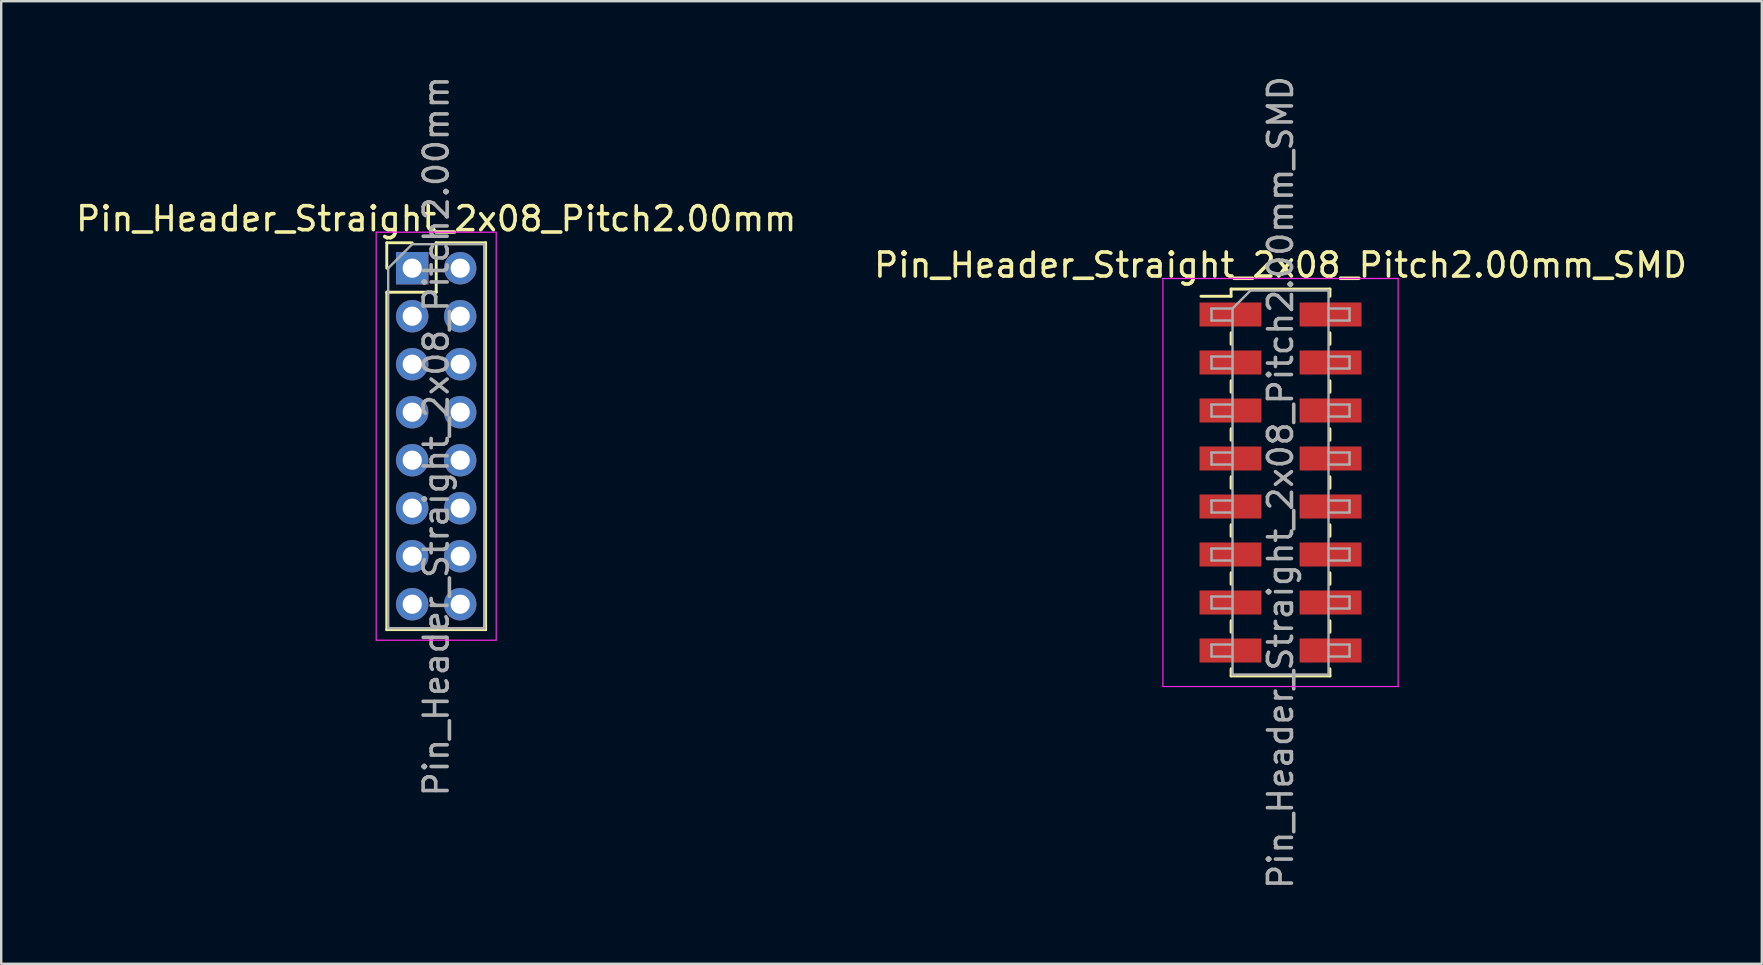
<source format=kicad_pcb>
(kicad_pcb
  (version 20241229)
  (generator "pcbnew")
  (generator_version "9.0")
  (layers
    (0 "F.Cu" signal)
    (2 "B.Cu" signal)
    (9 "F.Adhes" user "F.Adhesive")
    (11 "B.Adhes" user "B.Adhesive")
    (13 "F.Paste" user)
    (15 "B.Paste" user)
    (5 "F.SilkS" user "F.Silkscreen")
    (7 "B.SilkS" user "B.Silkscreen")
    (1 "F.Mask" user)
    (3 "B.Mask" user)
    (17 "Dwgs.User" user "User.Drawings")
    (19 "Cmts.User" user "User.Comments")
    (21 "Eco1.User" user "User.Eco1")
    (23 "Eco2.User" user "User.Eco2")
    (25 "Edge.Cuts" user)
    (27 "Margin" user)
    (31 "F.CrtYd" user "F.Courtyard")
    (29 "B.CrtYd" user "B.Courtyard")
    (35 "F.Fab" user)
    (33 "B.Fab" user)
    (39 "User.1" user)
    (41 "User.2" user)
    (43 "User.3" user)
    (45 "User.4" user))
  (footprint "Pin_Header_Straight_2x08_Pitch2.00mm_SMD"
    (layer "F.Cu")
    (at 50.304 17.054)
    (property "Reference" "Pin_Header_Straight_2x08_Pitch2.00mm_SMD" (at 0 -9.06 0) (layer "F.SilkS") (effects (font (size 1 1) (thickness 0.15))))
    (attr smd)
    (fp_line (start -3.315 -7.76) (end -2.06 -7.76) (stroke (width 0.12) (type solid)) (layer "F.SilkS"))
    (fp_line (start -2.06 -8.06) (end -2.06 -7.76) (stroke (width 0.12) (type solid)) (layer "F.SilkS"))
    (fp_line (start -2.06 -8.06) (end 2.06 -8.06) (stroke (width 0.12) (type solid)) (layer "F.SilkS"))
    (fp_line (start -2.06 -6.24) (end -2.06 -5.76) (stroke (width 0.12) (type solid)) (layer "F.SilkS"))
    (fp_line (start -2.06 -4.24) (end -2.06 -3.76) (stroke (width 0.12) (type solid)) (layer "F.SilkS"))
    (fp_line (start -2.06 -2.24) (end -2.06 -1.76) (stroke (width 0.12) (type solid)) (layer "F.SilkS"))
    (fp_line (start -2.06 -0.24) (end -2.06 0.24) (stroke (width 0.12) (type solid)) (layer "F.SilkS"))
    (fp_line (start -2.06 1.76) (end -2.06 2.24) (stroke (width 0.12) (type solid)) (layer "F.SilkS"))
    (fp_line (start -2.06 3.76) (end -2.06 4.24) (stroke (width 0.12) (type solid)) (layer "F.SilkS"))
    (fp_line (start -2.06 5.76) (end -2.06 6.24) (stroke (width 0.12) (type solid)) (layer "F.SilkS"))
    (fp_line (start -2.06 7.76) (end -2.06 8.06) (stroke (width 0.12) (type solid)) (layer "F.SilkS"))
    (fp_line (start -2.06 8.06) (end 2.06 8.06) (stroke (width 0.12) (type solid)) (layer "F.SilkS"))
    (fp_line (start 2.06 -8.06) (end 2.06 -7.76) (stroke (width 0.12) (type solid)) (layer "F.SilkS"))
    (fp_line (start 2.06 -6.24) (end 2.06 -5.76) (stroke (width 0.12) (type solid)) (layer "F.SilkS"))
    (fp_line (start 2.06 -4.24) (end 2.06 -3.76) (stroke (width 0.12) (type solid)) (layer "F.SilkS"))
    (fp_line (start 2.06 -2.24) (end 2.06 -1.76) (stroke (width 0.12) (type solid)) (layer "F.SilkS"))
    (fp_line (start 2.06 -0.24) (end 2.06 0.24) (stroke (width 0.12) (type solid)) (layer "F.SilkS"))
    (fp_line (start 2.06 1.76) (end 2.06 2.24) (stroke (width 0.12) (type solid)) (layer "F.SilkS"))
    (fp_line (start 2.06 3.76) (end 2.06 4.24) (stroke (width 0.12) (type solid)) (layer "F.SilkS"))
    (fp_line (start 2.06 5.76) (end 2.06 6.24) (stroke (width 0.12) (type solid)) (layer "F.SilkS"))
    (fp_line (start 2.06 7.76) (end 2.06 8.06) (stroke (width 0.12) (type solid)) (layer "F.SilkS"))
    (fp_line (start -4.9 -8.5) (end -4.9 8.5) (stroke (width 0.05) (type solid)) (layer "F.CrtYd"))
    (fp_line (start -4.9 8.5) (end 4.9 8.5) (stroke (width 0.05) (type solid)) (layer "F.CrtYd"))
    (fp_line (start 4.9 -8.5) (end -4.9 -8.5) (stroke (width 0.05) (type solid)) (layer "F.CrtYd"))
    (fp_line (start 4.9 8.5) (end 4.9 -8.5) (stroke (width 0.05) (type solid)) (layer "F.CrtYd"))
    (fp_line (start -2.875 -7.25) (end -2.875 -6.75) (stroke (width 0.1) (type solid)) (layer "F.Fab"))
    (fp_line (start -2.875 -6.75) (end -2 -6.75) (stroke (width 0.1) (type solid)) (layer "F.Fab"))
    (fp_line (start -2.875 -5.25) (end -2.875 -4.75) (stroke (width 0.1) (type solid)) (layer "F.Fab"))
    (fp_line (start -2.875 -4.75) (end -2 -4.75) (stroke (width 0.1) (type solid)) (layer "F.Fab"))
    (fp_line (start -2.875 -3.25) (end -2.875 -2.75) (stroke (width 0.1) (type solid)) (layer "F.Fab"))
    (fp_line (start -2.875 -2.75) (end -2 -2.75) (stroke (width 0.1) (type solid)) (layer "F.Fab"))
    (fp_line (start -2.875 -1.25) (end -2.875 -0.75) (stroke (width 0.1) (type solid)) (layer "F.Fab"))
    (fp_line (start -2.875 -0.75) (end -2 -0.75) (stroke (width 0.1) (type solid)) (layer "F.Fab"))
    (fp_line (start -2.875 0.75) (end -2.875 1.25) (stroke (width 0.1) (type solid)) (layer "F.Fab"))
    (fp_line (start -2.875 1.25) (end -2 1.25) (stroke (width 0.1) (type solid)) (layer "F.Fab"))
    (fp_line (start -2.875 2.75) (end -2.875 3.25) (stroke (width 0.1) (type solid)) (layer "F.Fab"))
    (fp_line (start -2.875 3.25) (end -2 3.25) (stroke (width 0.1) (type solid)) (layer "F.Fab"))
    (fp_line (start -2.875 4.75) (end -2.875 5.25) (stroke (width 0.1) (type solid)) (layer "F.Fab"))
    (fp_line (start -2.875 5.25) (end -2 5.25) (stroke (width 0.1) (type solid)) (layer "F.Fab"))
    (fp_line (start -2.875 6.75) (end -2.875 7.25) (stroke (width 0.1) (type solid)) (layer "F.Fab"))
    (fp_line (start -2.875 7.25) (end -2 7.25) (stroke (width 0.1) (type solid)) (layer "F.Fab"))
    (fp_line (start -2 -7.25) (end -2.875 -7.25) (stroke (width 0.1) (type solid)) (layer "F.Fab"))
    (fp_line (start -2 -7.25) (end -1.25 -8) (stroke (width 0.1) (type solid)) (layer "F.Fab"))
    (fp_line (start -2 -5.25) (end -2.875 -5.25) (stroke (width 0.1) (type solid)) (layer "F.Fab"))
    (fp_line (start -2 -3.25) (end -2.875 -3.25) (stroke (width 0.1) (type solid)) (layer "F.Fab"))
    (fp_line (start -2 -1.25) (end -2.875 -1.25) (stroke (width 0.1) (type solid)) (layer "F.Fab"))
    (fp_line (start -2 0.75) (end -2.875 0.75) (stroke (width 0.1) (type solid)) (layer "F.Fab"))
    (fp_line (start -2 2.75) (end -2.875 2.75) (stroke (width 0.1) (type solid)) (layer "F.Fab"))
    (fp_line (start -2 4.75) (end -2.875 4.75) (stroke (width 0.1) (type solid)) (layer "F.Fab"))
    (fp_line (start -2 6.75) (end -2.875 6.75) (stroke (width 0.1) (type solid)) (layer "F.Fab"))
    (fp_line (start -2 8) (end -2 -7.25) (stroke (width 0.1) (type solid)) (layer "F.Fab"))
    (fp_line (start -1.25 -8) (end 2 -8) (stroke (width 0.1) (type solid)) (layer "F.Fab"))
    (fp_line (start 2 -8) (end 2 8) (stroke (width 0.1) (type solid)) (layer "F.Fab"))
    (fp_line (start 2 -7.25) (end 2.875 -7.25) (stroke (width 0.1) (type solid)) (layer "F.Fab"))
    (fp_line (start 2 -5.25) (end 2.875 -5.25) (stroke (width 0.1) (type solid)) (layer "F.Fab"))
    (fp_line (start 2 -3.25) (end 2.875 -3.25) (stroke (width 0.1) (type solid)) (layer "F.Fab"))
    (fp_line (start 2 -1.25) (end 2.875 -1.25) (stroke (width 0.1) (type solid)) (layer "F.Fab"))
    (fp_line (start 2 0.75) (end 2.875 0.75) (stroke (width 0.1) (type solid)) (layer "F.Fab"))
    (fp_line (start 2 2.75) (end 2.875 2.75) (stroke (width 0.1) (type solid)) (layer "F.Fab"))
    (fp_line (start 2 4.75) (end 2.875 4.75) (stroke (width 0.1) (type solid)) (layer "F.Fab"))
    (fp_line (start 2 6.75) (end 2.875 6.75) (stroke (width 0.1) (type solid)) (layer "F.Fab"))
    (fp_line (start 2 8) (end -2 8) (stroke (width 0.1) (type solid)) (layer "F.Fab"))
    (fp_line (start 2.875 -7.25) (end 2.875 -6.75) (stroke (width 0.1) (type solid)) (layer "F.Fab"))
    (fp_line (start 2.875 -6.75) (end 2 -6.75) (stroke (width 0.1) (type solid)) (layer "F.Fab"))
    (fp_line (start 2.875 -5.25) (end 2.875 -4.75) (stroke (width 0.1) (type solid)) (layer "F.Fab"))
    (fp_line (start 2.875 -4.75) (end 2 -4.75) (stroke (width 0.1) (type solid)) (layer "F.Fab"))
    (fp_line (start 2.875 -3.25) (end 2.875 -2.75) (stroke (width 0.1) (type solid)) (layer "F.Fab"))
    (fp_line (start 2.875 -2.75) (end 2 -2.75) (stroke (width 0.1) (type solid)) (layer "F.Fab"))
    (fp_line (start 2.875 -1.25) (end 2.875 -0.75) (stroke (width 0.1) (type solid)) (layer "F.Fab"))
    (fp_line (start 2.875 -0.75) (end 2 -0.75) (stroke (width 0.1) (type solid)) (layer "F.Fab"))
    (fp_line (start 2.875 0.75) (end 2.875 1.25) (stroke (width 0.1) (type solid)) (layer "F.Fab"))
    (fp_line (start 2.875 1.25) (end 2 1.25) (stroke (width 0.1) (type solid)) (layer "F.Fab"))
    (fp_line (start 2.875 2.75) (end 2.875 3.25) (stroke (width 0.1) (type solid)) (layer "F.Fab"))
    (fp_line (start 2.875 3.25) (end 2 3.25) (stroke (width 0.1) (type solid)) (layer "F.Fab"))
    (fp_line (start 2.875 4.75) (end 2.875 5.25) (stroke (width 0.1) (type solid)) (layer "F.Fab"))
    (fp_line (start 2.875 5.25) (end 2 5.25) (stroke (width 0.1) (type solid)) (layer "F.Fab"))
    (fp_line (start 2.875 6.75) (end 2.875 7.25) (stroke (width 0.1) (type solid)) (layer "F.Fab"))
    (fp_line (start 2.875 7.25) (end 2 7.25) (stroke (width 0.1) (type solid)) (layer "F.Fab"))
    (fp_text user "${REFERENCE}" (at 0 0 90) (layer "F.Fab") (effects (font (size 1 1) (thickness 0.15))))
    (pad "1" smd rect (at -2.085 -7) (size 2.58 1) (layers "F.Cu" "F.Mask" "F.Paste"))
    (pad "2" smd rect (at 2.085 -7) (size 2.58 1) (layers "F.Cu" "F.Mask" "F.Paste"))
    (pad "3" smd rect (at -2.085 -5) (size 2.58 1) (layers "F.Cu" "F.Mask" "F.Paste"))
    (pad "4" smd rect (at 2.085 -5) (size 2.58 1) (layers "F.Cu" "F.Mask" "F.Paste"))
    (pad "5" smd rect (at -2.085 -3) (size 2.58 1) (layers "F.Cu" "F.Mask" "F.Paste"))
    (pad "6" smd rect (at 2.085 -3) (size 2.58 1) (layers "F.Cu" "F.Mask" "F.Paste"))
    (pad "7" smd rect (at -2.085 -1) (size 2.58 1) (layers "F.Cu" "F.Mask" "F.Paste"))
    (pad "8" smd rect (at 2.085 -1) (size 2.58 1) (layers "F.Cu" "F.Mask" "F.Paste"))
    (pad "9" smd rect (at -2.085 1) (size 2.58 1) (layers "F.Cu" "F.Mask" "F.Paste"))
    (pad "10" smd rect (at 2.085 1) (size 2.58 1) (layers "F.Cu" "F.Mask" "F.Paste"))
    (pad "11" smd rect (at -2.085 3) (size 2.58 1) (layers "F.Cu" "F.Mask" "F.Paste"))
    (pad "12" smd rect (at 2.085 3) (size 2.58 1) (layers "F.Cu" "F.Mask" "F.Paste"))
    (pad "13" smd rect (at -2.085 5) (size 2.58 1) (layers "F.Cu" "F.Mask" "F.Paste"))
    (pad "14" smd rect (at 2.085 5) (size 2.58 1) (layers "F.Cu" "F.Mask" "F.Paste"))
    (pad "15" smd rect (at -2.085 7) (size 2.58 1) (layers "F.Cu" "F.Mask" "F.Paste"))
    (pad "16" smd rect (at 2.085 7) (size 2.58 1) (layers "F.Cu" "F.Mask" "F.Paste")))
  (footprint "Pin_Header_Straight_2x08_Pitch2.00mm"
    (layer "F.Cu")
    (at 14.125 8.125)
    (property "Reference" "Pin_Header_Straight_2x08_Pitch2.00mm" (at 1 -2.06 0) (layer "F.SilkS") (effects (font (size 1 1) (thickness 0.15))))
    (attr through_hole)
    (fp_line (start -1.06 -1.06) (end 0 -1.06) (stroke (width 0.12) (type solid)) (layer "F.SilkS"))
    (fp_line (start -1.06 0) (end -1.06 -1.06) (stroke (width 0.12) (type solid)) (layer "F.SilkS"))
    (fp_line (start -1.06 1) (end -1.06 15.06) (stroke (width 0.12) (type solid)) (layer "F.SilkS"))
    (fp_line (start -1.06 1) (end 1 1) (stroke (width 0.12) (type solid)) (layer "F.SilkS"))
    (fp_line (start -1.06 15.06) (end 3.06 15.06) (stroke (width 0.12) (type solid)) (layer "F.SilkS"))
    (fp_line (start 1 -1.06) (end 3.06 -1.06) (stroke (width 0.12) (type solid)) (layer "F.SilkS"))
    (fp_line (start 1 1) (end 1 -1.06) (stroke (width 0.12) (type solid)) (layer "F.SilkS"))
    (fp_line (start 3.06 -1.06) (end 3.06 15.06) (stroke (width 0.12) (type solid)) (layer "F.SilkS"))
    (fp_line (start -1.5 -1.5) (end -1.5 15.5) (stroke (width 0.05) (type solid)) (layer "F.CrtYd"))
    (fp_line (start -1.5 15.5) (end 3.5 15.5) (stroke (width 0.05) (type solid)) (layer "F.CrtYd"))
    (fp_line (start 3.5 -1.5) (end -1.5 -1.5) (stroke (width 0.05) (type solid)) (layer "F.CrtYd"))
    (fp_line (start 3.5 15.5) (end 3.5 -1.5) (stroke (width 0.05) (type solid)) (layer "F.CrtYd"))
    (fp_line (start -1 0) (end 0 -1) (stroke (width 0.1) (type solid)) (layer "F.Fab"))
    (fp_line (start -1 15) (end -1 0) (stroke (width 0.1) (type solid)) (layer "F.Fab"))
    (fp_line (start 0 -1) (end 3 -1) (stroke (width 0.1) (type solid)) (layer "F.Fab"))
    (fp_line (start 3 -1) (end 3 15) (stroke (width 0.1) (type solid)) (layer "F.Fab"))
    (fp_line (start 3 15) (end -1 15) (stroke (width 0.1) (type solid)) (layer "F.Fab"))
    (fp_text user "${REFERENCE}" (at 1 7 90) (layer "F.Fab") (effects (font (size 1 1) (thickness 0.15))))
    (pad "1" thru_hole rect (at 0 0) (size 1.35 1.35) (drill 0.8) (layers "*.Cu" "*.Mask"))
    (pad "2" thru_hole oval (at 2 0) (size 1.35 1.35) (drill 0.8) (layers "*.Cu" "*.Mask"))
    (pad "3" thru_hole oval (at 0 2) (size 1.35 1.35) (drill 0.8) (layers "*.Cu" "*.Mask"))
    (pad "4" thru_hole oval (at 2 2) (size 1.35 1.35) (drill 0.8) (layers "*.Cu" "*.Mask"))
    (pad "5" thru_hole oval (at 0 4) (size 1.35 1.35) (drill 0.8) (layers "*.Cu" "*.Mask"))
    (pad "6" thru_hole oval (at 2 4) (size 1.35 1.35) (drill 0.8) (layers "*.Cu" "*.Mask"))
    (pad "7" thru_hole oval (at 0 6) (size 1.35 1.35) (drill 0.8) (layers "*.Cu" "*.Mask"))
    (pad "8" thru_hole oval (at 2 6) (size 1.35 1.35) (drill 0.8) (layers "*.Cu" "*.Mask"))
    (pad "9" thru_hole oval (at 0 8) (size 1.35 1.35) (drill 0.8) (layers "*.Cu" "*.Mask"))
    (pad "10" thru_hole oval (at 2 8) (size 1.35 1.35) (drill 0.8) (layers "*.Cu" "*.Mask"))
    (pad "11" thru_hole oval (at 0 10) (size 1.35 1.35) (drill 0.8) (layers "*.Cu" "*.Mask"))
    (pad "12" thru_hole oval (at 2 10) (size 1.35 1.35) (drill 0.8) (layers "*.Cu" "*.Mask"))
    (pad "13" thru_hole oval (at 0 12) (size 1.35 1.35) (drill 0.8) (layers "*.Cu" "*.Mask"))
    (pad "14" thru_hole oval (at 2 12) (size 1.35 1.35) (drill 0.8) (layers "*.Cu" "*.Mask"))
    (pad "15" thru_hole oval (at 0 14) (size 1.35 1.35) (drill 0.8) (layers "*.Cu" "*.Mask"))
    (pad "16" thru_hole oval (at 2 14) (size 1.35 1.35) (drill 0.8) (layers "*.Cu" "*.Mask")))
  (gr_rect
    (start -3 -3)
    (end 70.357 37.107)
    (stroke (width 0.1) (type default))
    (fill no)
    (layer "Edge.Cuts")))
</source>
